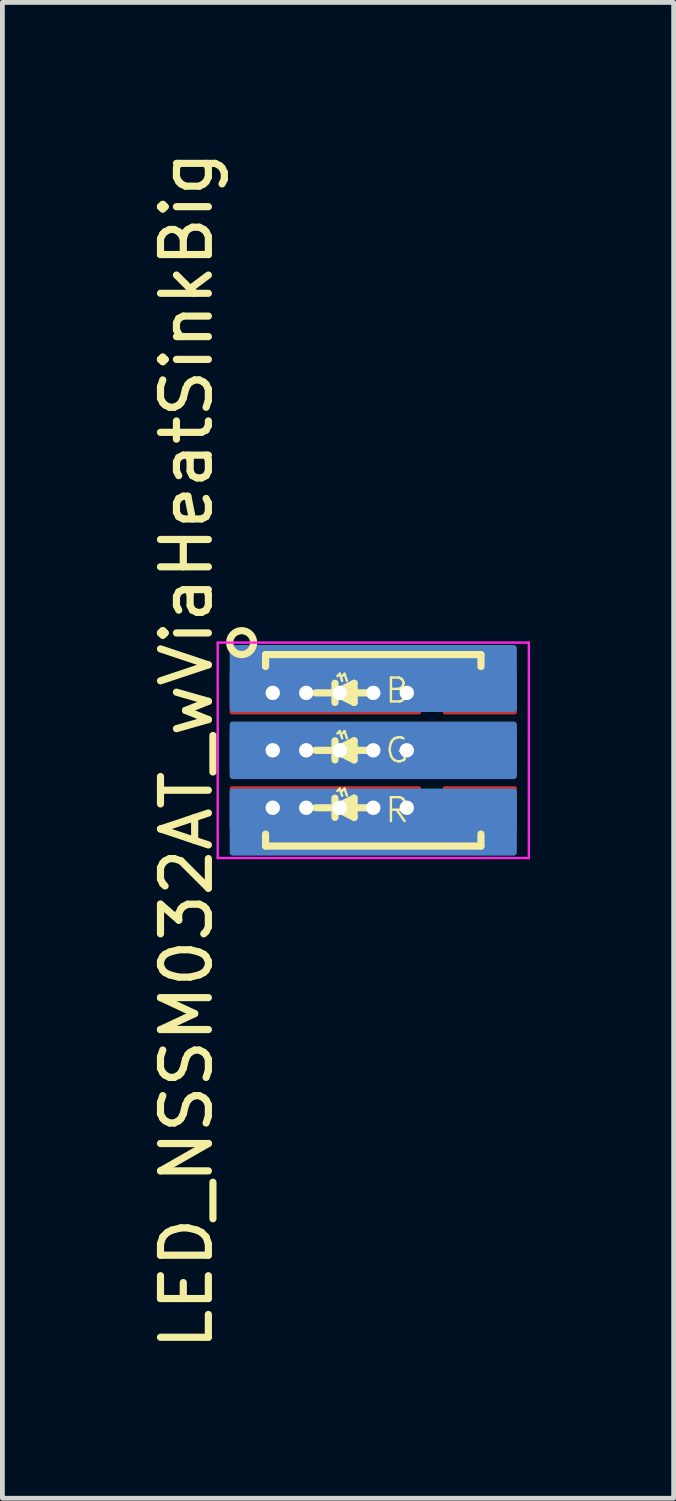
<source format=kicad_pcb>
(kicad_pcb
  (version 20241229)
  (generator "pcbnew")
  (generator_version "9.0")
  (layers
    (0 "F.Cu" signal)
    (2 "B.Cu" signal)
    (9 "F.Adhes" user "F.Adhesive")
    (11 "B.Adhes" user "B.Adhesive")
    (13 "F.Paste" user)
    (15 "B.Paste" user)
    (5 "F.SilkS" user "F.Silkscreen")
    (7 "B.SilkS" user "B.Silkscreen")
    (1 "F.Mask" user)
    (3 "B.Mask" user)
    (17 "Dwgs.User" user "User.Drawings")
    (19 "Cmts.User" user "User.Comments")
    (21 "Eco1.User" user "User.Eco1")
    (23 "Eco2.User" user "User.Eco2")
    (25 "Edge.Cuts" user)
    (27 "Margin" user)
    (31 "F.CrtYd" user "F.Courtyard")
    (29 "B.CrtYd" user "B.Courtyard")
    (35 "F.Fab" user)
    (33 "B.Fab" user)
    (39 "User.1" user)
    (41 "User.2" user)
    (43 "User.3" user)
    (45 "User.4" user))
  (footprint "LED_NSSM032AT_wViaHeatSinkBig"
    (layer "F.Cu")
    (at 4.748 12.625)
    (property "Reference" "LED_NSSM032AT_wViaHeatSinkBig" (at -3.9 0 90) (layer "F.SilkS") (effects (font (size 1 1) (thickness 0.15))))
    (attr smd)
    (fp_line (start -2.25 -2) (end 2.25 -2) (stroke (width 0.15) (type solid)) (layer "F.SilkS"))
    (fp_line (start -2.25 -1.75) (end -2.25 -2) (stroke (width 0.15) (type solid)) (layer "F.SilkS"))
    (fp_line (start -2.25 2) (end -2.25 1.75) (stroke (width 0.15) (type solid)) (layer "F.SilkS"))
    (fp_line (start -1.2 -1.2) (end 0 -1.2) (stroke (width 0.15) (type solid)) (layer "F.SilkS"))
    (fp_line (start -1.2 0) (end 0 0) (stroke (width 0.15) (type solid)) (layer "F.SilkS"))
    (fp_line (start -1.2 1.2) (end 0 1.2) (stroke (width 0.15) (type solid)) (layer "F.SilkS"))
    (fp_line (start -0.8 -1.4) (end -0.8 -1) (stroke (width 0.15) (type solid)) (layer "F.SilkS"))
    (fp_line (start -0.8 -1.2) (end -0.4 -1) (stroke (width 0.15) (type solid)) (layer "F.SilkS"))
    (fp_line (start -0.8 -0.2) (end -0.8 0.2) (stroke (width 0.15) (type solid)) (layer "F.SilkS"))
    (fp_line (start -0.8 0) (end -0.4 0.2) (stroke (width 0.15) (type solid)) (layer "F.SilkS"))
    (fp_line (start -0.8 1) (end -0.8 1.4) (stroke (width 0.15) (type solid)) (layer "F.SilkS"))
    (fp_line (start -0.8 1.2) (end -0.4 1.4) (stroke (width 0.15) (type solid)) (layer "F.SilkS"))
    (fp_line (start -0.75 -1.55) (end -0.7 -1.6) (stroke (width 0.05) (type solid)) (layer "F.SilkS"))
    (fp_line (start -0.75 -0.35) (end -0.7 -0.4) (stroke (width 0.05) (type solid)) (layer "F.SilkS"))
    (fp_line (start -0.75 0.85) (end -0.7 0.8) (stroke (width 0.05) (type solid)) (layer "F.SilkS"))
    (fp_line (start -0.65 -1.55) (end -0.6 -1.6) (stroke (width 0.05) (type solid)) (layer "F.SilkS"))
    (fp_line (start -0.65 -1.45) (end -0.7 -1.6) (stroke (width 0.05) (type solid)) (layer "F.SilkS"))
    (fp_line (start -0.65 -0.35) (end -0.6 -0.4) (stroke (width 0.05) (type solid)) (layer "F.SilkS"))
    (fp_line (start -0.65 -0.25) (end -0.7 -0.4) (stroke (width 0.05) (type solid)) (layer "F.SilkS"))
    (fp_line (start -0.65 0.85) (end -0.6 0.8) (stroke (width 0.05) (type solid)) (layer "F.SilkS"))
    (fp_line (start -0.65 0.95) (end -0.7 0.8) (stroke (width 0.05) (type solid)) (layer "F.SilkS"))
    (fp_line (start -0.55 -1.45) (end -0.6 -1.6) (stroke (width 0.05) (type solid)) (layer "F.SilkS"))
    (fp_line (start -0.55 -0.25) (end -0.6 -0.4) (stroke (width 0.05) (type solid)) (layer "F.SilkS"))
    (fp_line (start -0.55 0.95) (end -0.6 0.8) (stroke (width 0.05) (type solid)) (layer "F.SilkS"))
    (fp_line (start -0.4 -1.4) (end -0.8 -1.2) (stroke (width 0.15) (type solid)) (layer "F.SilkS"))
    (fp_line (start -0.4 -1) (end -0.4 -1.4) (stroke (width 0.15) (type solid)) (layer "F.SilkS"))
    (fp_line (start -0.4 -0.2) (end -0.8 0) (stroke (width 0.15) (type solid)) (layer "F.SilkS"))
    (fp_line (start -0.4 0.2) (end -0.4 -0.2) (stroke (width 0.15) (type solid)) (layer "F.SilkS"))
    (fp_line (start -0.4 1) (end -0.8 1.2) (stroke (width 0.15) (type solid)) (layer "F.SilkS"))
    (fp_line (start -0.4 1.4) (end -0.4 1) (stroke (width 0.15) (type solid)) (layer "F.SilkS"))
    (fp_line (start 2.25 -2) (end 2.25 -1.75) (stroke (width 0.15) (type solid)) (layer "F.SilkS"))
    (fp_line (start 2.25 1.75) (end 2.25 2) (stroke (width 0.15) (type solid)) (layer "F.SilkS"))
    (fp_line (start 2.25 2) (end -2.25 2) (stroke (width 0.15) (type solid)) (layer "F.SilkS"))
    (fp_circle (center -2.75 -2.25) (end -2.5 -2.25) (stroke (width 0.15) (type solid)) (fill no) (layer "F.SilkS"))
    (fp_line (start -3.25 -2.25) (end 3.25 -2.25) (stroke (width 0.05) (type solid)) (layer "F.CrtYd"))
    (fp_line (start -3.25 2.25) (end -3.25 -2.25) (stroke (width 0.05) (type solid)) (layer "F.CrtYd"))
    (fp_line (start 3.25 -2.25) (end 3.25 2.25) (stroke (width 0.05) (type solid)) (layer "F.CrtYd"))
    (fp_line (start 3.25 2.25) (end -3.25 2.25) (stroke (width 0.05) (type solid)) (layer "F.CrtYd"))
    (fp_text user "G" (at 0.5 0 0) (layer "F.SilkS") (effects (font (size 0.5 0.5) (thickness 0.05))))
    (fp_text user "R" (at 0.5 1.25 0) (layer "F.SilkS") (effects (font (size 0.5 0.5) (thickness 0.05))))
    (fp_text user "B" (at 0.5 -1.25 0) (layer "F.SilkS") (effects (font (size 0.5 0.5) (thickness 0.05))))
    (pad "" smd roundrect (at -2.225 -1.2) (size 1.55 0.9) (layers "F.Mask" "F.Paste") (roundrect_rratio 0.05))
    (pad "" smd roundrect (at -2.225 0) (size 1.55 0.9) (layers "F.Mask" "F.Paste") (roundrect_rratio 0.05))
    (pad "" smd roundrect (at -2.225 1.2) (size 1.55 0.9) (layers "F.Mask" "F.Paste") (roundrect_rratio 0.05))
    (pad "1" thru_hole circle (at -2.1 -1.2) (size 0.3 0.3) (drill 0.3) (layers "*.Cu"))
    (pad "1" thru_hole circle (at -1.4 -1.2) (size 0.3 0.3) (drill 0.3) (layers "*.Cu"))
    (pad "1" smd roundrect (at -1 -1.2) (size 4 0.9) (layers "F.Cu") (roundrect_rratio 0.05))
    (pad "1" thru_hole circle (at -0.7 -1.2) (size 0.3 0.3) (drill 0.3) (layers "*.Cu"))
    (pad "1" smd roundrect (at 0 -1.5) (size 6 1.4) (layers "B.Cu") (roundrect_rratio 0.05))
    (pad "1" thru_hole circle (at 0 -1.2) (size 0.3 0.3) (drill 0.3) (layers "*.Cu"))
    (pad "1" thru_hole circle (at 0.7 -1.2) (size 0.3 0.3) (drill 0.3) (layers "*.Cu"))
    (pad "2" thru_hole circle (at -2.1 0) (size 0.3 0.3) (drill 0.3) (layers "*.Cu"))
    (pad "2" thru_hole circle (at -1.4 0) (size 0.3 0.3) (drill 0.3) (layers "*.Cu"))
    (pad "2" smd roundrect (at -1 0) (size 4 0.9) (layers "F.Cu") (roundrect_rratio 0.05))
    (pad "2" thru_hole circle (at -0.7 0) (size 0.3 0.3) (drill 0.3) (layers "*.Cu"))
    (pad "2" thru_hole circle (at 0 0) (size 0.3 0.3) (drill 0.3) (layers "*.Cu"))
    (pad "2" smd roundrect (at 0 0) (size 6 1.2) (layers "B.Cu") (roundrect_rratio 0.05))
    (pad "2" thru_hole circle (at 0.7 0) (size 0.3 0.3) (drill 0.3) (layers "*.Cu"))
    (pad "3" thru_hole circle (at -2.1 1.2) (size 0.3 0.3) (drill 0.3) (layers "*.Cu"))
    (pad "3" thru_hole circle (at -1.4 1.2) (size 0.3 0.3) (drill 0.3) (layers "*.Cu"))
    (pad "3" smd roundrect (at -1 1.2) (size 4 0.9) (layers "F.Cu") (roundrect_rratio 0.05))
    (pad "3" thru_hole circle (at -0.7 1.2) (size 0.3 0.3) (drill 0.3) (layers "*.Cu"))
    (pad "3" thru_hole circle (at 0 1.2) (size 0.3 0.3) (drill 0.3) (layers "*.Cu"))
    (pad "3" smd roundrect (at 0 1.5) (size 6 1.4) (layers "B.Cu") (roundrect_rratio 0.05))
    (pad "3" thru_hole circle (at 0.7 1.2) (size 0.3 0.3) (drill 0.3) (layers "*.Cu"))
    (pad "4" smd roundrect (at 2.225 1.2) (size 1.55 0.9) (layers "F.Cu" "F.Mask" "F.Paste") (roundrect_rratio 0.05))
    (pad "5" smd roundrect (at 2.225 0) (size 1.55 0.9) (layers "F.Cu" "F.Mask" "F.Paste") (roundrect_rratio 0.05))
    (pad "6" smd roundrect (at 2.225 -1.2) (size 1.55 0.9) (layers "F.Cu" "F.Mask" "F.Paste") (roundrect_rratio 0.05)))
  (gr_rect
    (start -3 -3)
    (end 11.023 28.25)
    (stroke (width 0.1) (type default))
    (fill no)
    (layer "Edge.Cuts")))
</source>
